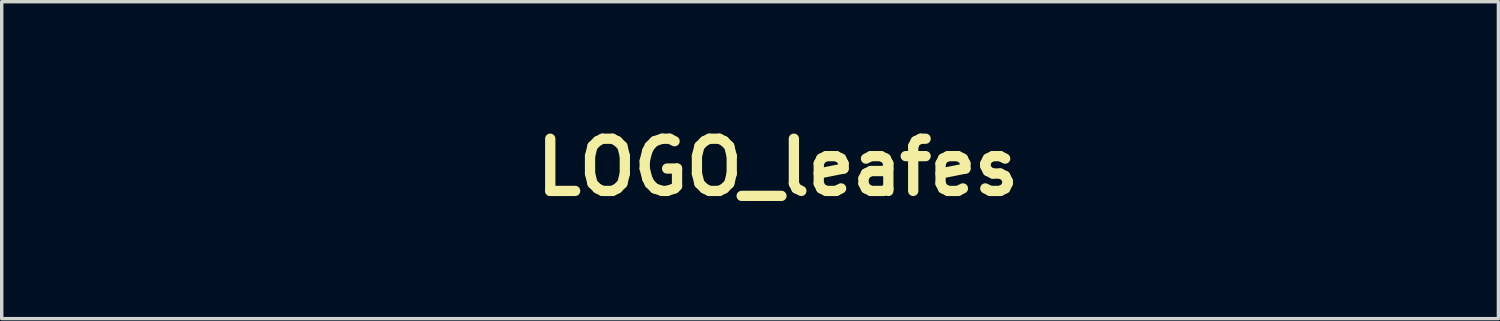
<source format=kicad_pcb>
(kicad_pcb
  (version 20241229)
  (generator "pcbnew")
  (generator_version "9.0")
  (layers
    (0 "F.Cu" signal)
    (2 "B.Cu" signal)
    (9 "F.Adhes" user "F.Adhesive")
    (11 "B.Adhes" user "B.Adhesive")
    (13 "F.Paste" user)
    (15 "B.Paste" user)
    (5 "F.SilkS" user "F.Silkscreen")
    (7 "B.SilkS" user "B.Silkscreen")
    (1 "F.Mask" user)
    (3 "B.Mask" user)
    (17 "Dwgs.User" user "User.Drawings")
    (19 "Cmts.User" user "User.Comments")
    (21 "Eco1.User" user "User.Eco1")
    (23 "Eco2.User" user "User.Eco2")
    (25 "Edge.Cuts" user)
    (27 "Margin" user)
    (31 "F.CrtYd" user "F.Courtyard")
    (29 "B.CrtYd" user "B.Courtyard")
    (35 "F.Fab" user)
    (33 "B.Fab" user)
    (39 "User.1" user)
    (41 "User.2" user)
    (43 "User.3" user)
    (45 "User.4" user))
  (footprint "LOGO_leafes"
    (layer "F.Cu")
    (at 19.654 1.834)
    (property "Reference" "LOGO_leafes" (at 0 0 0) (layer "F.SilkS") (effects (font (size 1.524 1.524) (thickness 0.3))))
    (attr board_only exclude_from_pos_files exclude_from_bom)
    (fp_poly (pts (xy -19.34 -1.833) (xy -19.23 -1.829) (xy -19.025 -1.817) (xy -18.873 -1.799) (xy -18.788 -1.776) (xy -18.776 -1.766) (xy -18.781 -1.713) (xy -18.81 -1.695) (xy -18.82 -1.666) (xy -18.749 -1.614) (xy -18.681 -1.579) (xy -18.545 -1.523) (xy -18.447 -1.511) (xy -18.38 -1.527) (xy -18.159 -1.568) (xy -17.931 -1.527) (xy -17.703 -1.41) (xy -17.484 -1.219) (xy -17.477 -1.212) (xy -17.276 -0.941) (xy -17.144 -0.639) (xy -17.088 -0.395) (xy -17.072 -0.178) (xy -17.084 0.073) (xy -17.119 0.321) (xy -17.175 0.529) (xy -17.185 0.557) (xy -17.24 0.69) (xy -17.355 0.515) (xy -17.489 0.352) (xy -17.661 0.224) (xy -17.886 0.12) (xy -18.144 0.04) (xy -18.441 -0.069) (xy -18.669 -0.215) (xy -18.825 -0.396) (xy -18.906 -0.606) (xy -18.909 -0.842) (xy -18.867 -1.008) (xy -18.821 -1.138) (xy -18.588 -1.058) (xy -18.426 -0.995) (xy -18.235 -0.909) (xy -18.073 -0.828) (xy -17.792 -0.679) (xy -18.023 -0.914) (xy -18.329 -1.184) (xy -18.661 -1.408) (xy -19.003 -1.574) (xy -19.336 -1.674) (xy -19.442 -1.691) (xy -19.582 -1.718) (xy -19.647 -1.758) (xy -19.654 -1.781) (xy -19.642 -1.81) (xy -19.595 -1.827) (xy -19.499 -1.834)) (stroke (width 0) (type solid)) (fill yes) (layer "F.Mask"))
    (fp_poly (pts (xy -16.753 -1.748) (xy -16.644 -1.745) (xy -16.438 -1.733) (xy -16.287 -1.714) (xy -16.201 -1.691) (xy -16.189 -1.681) (xy -16.195 -1.628) (xy -16.223 -1.61) (xy -16.233 -1.581) (xy -16.162 -1.529) (xy -16.095 -1.494) (xy -15.959 -1.438) (xy -15.86 -1.426) (xy -15.793 -1.443) (xy -15.573 -1.483) (xy -15.344 -1.443) (xy -15.116 -1.326) (xy -14.897 -1.134) (xy -14.891 -1.127) (xy -14.689 -0.857) (xy -14.557 -0.554) (xy -14.501 -0.31) (xy -14.485 -0.094) (xy -14.497 0.158) (xy -14.533 0.406) (xy -14.588 0.614) (xy -14.599 0.642) (xy -14.653 0.775) (xy -14.769 0.6) (xy -14.903 0.437) (xy -15.074 0.309) (xy -15.299 0.205) (xy -15.557 0.124) (xy -15.854 0.016) (xy -16.082 -0.13) (xy -16.238 -0.311) (xy -16.319 -0.521) (xy -16.322 -0.757) (xy -16.28 -0.923) (xy -16.235 -1.053) (xy -16.002 -0.973) (xy -15.84 -0.91) (xy -15.648 -0.824) (xy -15.487 -0.743) (xy -15.205 -0.594) (xy -15.437 -0.829) (xy -15.742 -1.1) (xy -16.074 -1.323) (xy -16.416 -1.489) (xy -16.75 -1.59) (xy -16.855 -1.607) (xy -16.996 -1.634) (xy -17.061 -1.673) (xy -17.068 -1.696) (xy -17.055 -1.725) (xy -17.008 -1.742) (xy -16.912 -1.75)) (stroke (width 0) (type solid)) (fill yes) (layer "F.Mask"))
    (fp_poly (pts (xy -14.421 -1.79) (xy -14.311 -1.787) (xy -14.106 -1.775) (xy -13.954 -1.756) (xy -13.869 -1.733) (xy -13.857 -1.723) (xy -13.862 -1.671) (xy -13.891 -1.653) (xy -13.901 -1.623) (xy -13.83 -1.572) (xy -13.763 -1.537) (xy -13.627 -1.48) (xy -13.528 -1.469) (xy -13.461 -1.485) (xy -13.241 -1.525) (xy -13.012 -1.485) (xy -12.784 -1.368) (xy -12.565 -1.177) (xy -12.558 -1.169) (xy -12.357 -0.899) (xy -12.225 -0.597) (xy -12.169 -0.353) (xy -12.153 -0.136) (xy -12.165 0.115) (xy -12.201 0.364) (xy -12.256 0.572) (xy -12.266 0.599) (xy -12.321 0.732) (xy -12.436 0.557) (xy -12.571 0.395) (xy -12.742 0.267) (xy -12.967 0.162) (xy -13.225 0.082) (xy -13.522 -0.026) (xy -13.75 -0.173) (xy -13.906 -0.353) (xy -13.987 -0.563) (xy -13.99 -0.799) (xy -13.948 -0.966) (xy -13.903 -1.096) (xy -13.669 -1.016) (xy -13.507 -0.952) (xy -13.316 -0.866) (xy -13.154 -0.786) (xy -12.873 -0.636) (xy -13.104 -0.872) (xy -13.41 -1.142) (xy -13.742 -1.365) (xy -14.084 -1.532) (xy -14.417 -1.632) (xy -14.523 -1.649) (xy -14.664 -1.676) (xy -14.728 -1.715) (xy -14.735 -1.739) (xy -14.723 -1.768) (xy -14.676 -1.785) (xy -14.58 -1.792)) (stroke (width 0) (type solid)) (fill yes) (layer "F.Mask"))
    (fp_poly (pts (xy -11.75 -1.79) (xy -11.64 -1.787) (xy -11.435 -1.775) (xy -11.283 -1.756) (xy -11.198 -1.733) (xy -11.186 -1.723) (xy -11.191 -1.671) (xy -11.219 -1.653) (xy -11.229 -1.623) (xy -11.158 -1.572) (xy -11.091 -1.537) (xy -10.955 -1.48) (xy -10.856 -1.469) (xy -10.79 -1.485) (xy -10.569 -1.525) (xy -10.341 -1.485) (xy -10.113 -1.368) (xy -9.894 -1.177) (xy -9.887 -1.169) (xy -9.685 -0.899) (xy -9.553 -0.597) (xy -9.497 -0.353) (xy -9.482 -0.136) (xy -9.494 0.115) (xy -9.529 0.364) (xy -9.584 0.572) (xy -9.595 0.599) (xy -9.649 0.732) (xy -9.765 0.557) (xy -9.899 0.395) (xy -10.07 0.267) (xy -10.295 0.162) (xy -10.554 0.082) (xy -10.851 -0.026) (xy -11.079 -0.173) (xy -11.235 -0.353) (xy -11.315 -0.563) (xy -11.318 -0.799) (xy -11.276 -0.966) (xy -11.231 -1.096) (xy -10.998 -1.016) (xy -10.836 -0.952) (xy -10.645 -0.866) (xy -10.483 -0.786) (xy -10.201 -0.636) (xy -10.433 -0.872) (xy -10.738 -1.142) (xy -11.071 -1.365) (xy -11.412 -1.532) (xy -11.746 -1.632) (xy -11.852 -1.649) (xy -11.992 -1.676) (xy -12.057 -1.715) (xy -12.064 -1.739) (xy -12.051 -1.768) (xy -12.004 -1.785) (xy -11.909 -1.792)) (stroke (width 0) (type solid)) (fill yes) (layer "F.Mask"))
    (fp_poly (pts (xy -9.248 -1.79) (xy -9.138 -1.787) (xy -8.933 -1.775) (xy -8.781 -1.756) (xy -8.696 -1.733) (xy -8.684 -1.723) (xy -8.689 -1.671) (xy -8.717 -1.653) (xy -8.727 -1.623) (xy -8.656 -1.572) (xy -8.589 -1.537) (xy -8.453 -1.48) (xy -8.355 -1.469) (xy -8.288 -1.485) (xy -8.067 -1.525) (xy -7.839 -1.485) (xy -7.611 -1.368) (xy -7.392 -1.177) (xy -7.385 -1.169) (xy -7.183 -0.899) (xy -7.052 -0.597) (xy -6.995 -0.353) (xy -6.98 -0.136) (xy -6.992 0.115) (xy -7.027 0.364) (xy -7.082 0.572) (xy -7.093 0.599) (xy -7.147 0.732) (xy -7.263 0.557) (xy -7.397 0.395) (xy -7.569 0.267) (xy -7.794 0.162) (xy -8.052 0.082) (xy -8.349 -0.026) (xy -8.577 -0.173) (xy -8.733 -0.353) (xy -8.814 -0.563) (xy -8.816 -0.799) (xy -8.775 -0.966) (xy -8.729 -1.096) (xy -8.496 -1.016) (xy -8.334 -0.952) (xy -8.143 -0.866) (xy -7.981 -0.786) (xy -7.699 -0.636) (xy -7.931 -0.872) (xy -8.236 -1.142) (xy -8.569 -1.365) (xy -8.91 -1.532) (xy -9.244 -1.632) (xy -9.35 -1.649) (xy -9.49 -1.676) (xy -9.555 -1.715) (xy -9.562 -1.739) (xy -9.55 -1.768) (xy -9.503 -1.785) (xy -9.407 -1.792)) (stroke (width 0) (type solid)) (fill yes) (layer "F.Mask"))
    (fp_poly (pts (xy -6.746 -1.79) (xy -6.636 -1.787) (xy -6.431 -1.775) (xy -6.279 -1.756) (xy -6.194 -1.733) (xy -6.182 -1.723) (xy -6.187 -1.671) (xy -6.216 -1.653) (xy -6.226 -1.623) (xy -6.155 -1.572) (xy -6.087 -1.537) (xy -5.951 -1.48) (xy -5.853 -1.469) (xy -5.786 -1.485) (xy -5.565 -1.525) (xy -5.337 -1.485) (xy -5.109 -1.368) (xy -4.89 -1.177) (xy -4.883 -1.169) (xy -4.682 -0.899) (xy -4.55 -0.597) (xy -4.494 -0.353) (xy -4.478 -0.136) (xy -4.49 0.115) (xy -4.525 0.364) (xy -4.581 0.572) (xy -4.591 0.599) (xy -4.646 0.732) (xy -4.761 0.557) (xy -4.895 0.395) (xy -5.067 0.267) (xy -5.292 0.162) (xy -5.55 0.082) (xy -5.847 -0.026) (xy -6.075 -0.173) (xy -6.231 -0.353) (xy -6.312 -0.563) (xy -6.315 -0.799) (xy -6.273 -0.966) (xy -6.227 -1.096) (xy -5.994 -1.016) (xy -5.832 -0.952) (xy -5.641 -0.866) (xy -5.479 -0.786) (xy -5.198 -0.636) (xy -5.429 -0.872) (xy -5.735 -1.142) (xy -6.067 -1.365) (xy -6.409 -1.532) (xy -6.742 -1.632) (xy -6.848 -1.649) (xy -6.988 -1.676) (xy -7.053 -1.715) (xy -7.06 -1.739) (xy -7.048 -1.768) (xy -7.001 -1.785) (xy -6.905 -1.792)) (stroke (width 0) (type solid)) (fill yes) (layer "F.Mask"))
    (fp_poly (pts (xy -4.244 -1.79) (xy -4.134 -1.787) (xy -3.929 -1.775) (xy -3.777 -1.756) (xy -3.692 -1.733) (xy -3.68 -1.723) (xy -3.685 -1.671) (xy -3.714 -1.653) (xy -3.724 -1.623) (xy -3.653 -1.572) (xy -3.586 -1.537) (xy -3.45 -1.48) (xy -3.351 -1.469) (xy -3.284 -1.485) (xy -3.064 -1.525) (xy -2.835 -1.485) (xy -2.607 -1.368) (xy -2.388 -1.177) (xy -2.381 -1.169) (xy -2.18 -0.899) (xy -2.048 -0.597) (xy -1.992 -0.353) (xy -1.976 -0.136) (xy -1.988 0.115) (xy -2.024 0.364) (xy -2.079 0.572) (xy -2.089 0.599) (xy -2.144 0.732) (xy -2.26 0.557) (xy -2.394 0.395) (xy -2.565 0.267) (xy -2.79 0.162) (xy -3.048 0.082) (xy -3.345 -0.026) (xy -3.573 -0.173) (xy -3.729 -0.353) (xy -3.81 -0.563) (xy -3.813 -0.799) (xy -3.771 -0.966) (xy -3.726 -1.096) (xy -3.492 -1.016) (xy -3.33 -0.952) (xy -3.139 -0.866) (xy -2.977 -0.786) (xy -2.696 -0.636) (xy -2.927 -0.872) (xy -3.233 -1.142) (xy -3.565 -1.365) (xy -3.907 -1.532) (xy -4.24 -1.632) (xy -4.346 -1.649) (xy -4.487 -1.676) (xy -4.552 -1.715) (xy -4.558 -1.739) (xy -4.546 -1.768) (xy -4.499 -1.785) (xy -4.403 -1.792)) (stroke (width 0) (type solid)) (fill yes) (layer "F.Mask"))
    (fp_poly (pts (xy -1.742 -1.79) (xy -1.633 -1.787) (xy -1.427 -1.775) (xy -1.276 -1.756) (xy -1.19 -1.733) (xy -1.178 -1.723) (xy -1.184 -1.671) (xy -1.212 -1.653) (xy -1.222 -1.623) (xy -1.151 -1.572) (xy -1.084 -1.537) (xy -0.948 -1.48) (xy -0.849 -1.469) (xy -0.782 -1.485) (xy -0.562 -1.525) (xy -0.333 -1.485) (xy -0.105 -1.368) (xy 0.114 -1.177) (xy 0.12 -1.169) (xy 0.322 -0.899) (xy 0.454 -0.597) (xy 0.51 -0.353) (xy 0.526 -0.136) (xy 0.514 0.115) (xy 0.478 0.364) (xy 0.423 0.572) (xy 0.412 0.599) (xy 0.358 0.732) (xy 0.242 0.557) (xy 0.108 0.395) (xy -0.063 0.267) (xy -0.288 0.162) (xy -0.546 0.082) (xy -0.843 -0.026) (xy -1.071 -0.173) (xy -1.227 -0.353) (xy -1.308 -0.563) (xy -1.311 -0.799) (xy -1.269 -0.966) (xy -1.224 -1.096) (xy -0.991 -1.016) (xy -0.829 -0.952) (xy -0.637 -0.866) (xy -0.476 -0.786) (xy -0.194 -0.636) (xy -0.426 -0.872) (xy -0.731 -1.142) (xy -1.063 -1.365) (xy -1.405 -1.532) (xy -1.739 -1.632) (xy -1.844 -1.649) (xy -1.985 -1.676) (xy -2.05 -1.715) (xy -2.057 -1.739) (xy -2.044 -1.768) (xy -1.997 -1.785) (xy -1.901 -1.792)) (stroke (width 0) (type solid)) (fill yes) (layer "F.Mask"))
    (fp_poly (pts (xy 0.759 -1.79) (xy 0.869 -1.787) (xy 1.074 -1.775) (xy 1.226 -1.756) (xy 1.311 -1.733) (xy 1.324 -1.723) (xy 1.318 -1.671) (xy 1.29 -1.653) (xy 1.28 -1.623) (xy 1.351 -1.572) (xy 1.418 -1.537) (xy 1.554 -1.48) (xy 1.653 -1.469) (xy 1.72 -1.485) (xy 1.94 -1.525) (xy 2.169 -1.485) (xy 2.397 -1.368) (xy 2.615 -1.177) (xy 2.622 -1.169) (xy 2.824 -0.899) (xy 2.956 -0.597) (xy 3.012 -0.353) (xy 3.027 -0.136) (xy 3.016 0.115) (xy 2.98 0.364) (xy 2.925 0.572) (xy 2.914 0.599) (xy 2.86 0.732) (xy 2.744 0.557) (xy 2.61 0.395) (xy 2.439 0.267) (xy 2.214 0.162) (xy 1.956 0.082) (xy 1.658 -0.026) (xy 1.43 -0.173) (xy 1.275 -0.353) (xy 1.194 -0.563) (xy 1.191 -0.799) (xy 1.233 -0.966) (xy 1.278 -1.096) (xy 1.511 -1.016) (xy 1.673 -0.952) (xy 1.865 -0.866) (xy 2.026 -0.786) (xy 2.308 -0.636) (xy 2.076 -0.872) (xy 1.771 -1.142) (xy 1.439 -1.365) (xy 1.097 -1.532) (xy 0.763 -1.632) (xy 0.657 -1.649) (xy 0.517 -1.676) (xy 0.452 -1.715) (xy 0.445 -1.739) (xy 0.458 -1.768) (xy 0.505 -1.785) (xy 0.601 -1.792)) (stroke (width 0) (type solid)) (fill yes) (layer "F.Mask"))
    (fp_poly (pts (xy 3.261 -1.79) (xy 3.371 -1.787) (xy 3.576 -1.775) (xy 3.728 -1.756) (xy 3.813 -1.733) (xy 3.825 -1.723) (xy 3.82 -1.671) (xy 3.792 -1.653) (xy 3.782 -1.623) (xy 3.853 -1.572) (xy 3.92 -1.537) (xy 4.056 -1.48) (xy 4.155 -1.469) (xy 4.221 -1.485) (xy 4.442 -1.525) (xy 4.67 -1.485) (xy 4.898 -1.368) (xy 5.117 -1.177) (xy 5.124 -1.169) (xy 5.326 -0.899) (xy 5.458 -0.597) (xy 5.514 -0.353) (xy 5.529 -0.136) (xy 5.517 0.115) (xy 5.482 0.364) (xy 5.427 0.572) (xy 5.416 0.599) (xy 5.362 0.732) (xy 5.246 0.557) (xy 5.112 0.395) (xy 4.941 0.267) (xy 4.716 0.162) (xy 4.458 0.082) (xy 4.16 -0.026) (xy 3.932 -0.173) (xy 3.776 -0.353) (xy 3.696 -0.563) (xy 3.693 -0.799) (xy 3.735 -0.966) (xy 3.78 -1.096) (xy 4.013 -1.016) (xy 4.175 -0.952) (xy 4.366 -0.866) (xy 4.528 -0.786) (xy 4.81 -0.636) (xy 4.578 -0.872) (xy 4.273 -1.142) (xy 3.941 -1.365) (xy 3.599 -1.532) (xy 3.265 -1.632) (xy 3.159 -1.649) (xy 3.019 -1.676) (xy 2.954 -1.715) (xy 2.947 -1.739) (xy 2.96 -1.768) (xy 3.007 -1.785) (xy 3.102 -1.792)) (stroke (width 0) (type solid)) (fill yes) (layer "F.Mask"))
    (fp_poly (pts (xy 5.763 -1.79) (xy 5.873 -1.787) (xy 6.078 -1.775) (xy 6.23 -1.756) (xy 6.315 -1.733) (xy 6.327 -1.723) (xy 6.322 -1.671) (xy 6.294 -1.653) (xy 6.284 -1.623) (xy 6.355 -1.572) (xy 6.422 -1.537) (xy 6.558 -1.48) (xy 6.656 -1.469) (xy 6.723 -1.485) (xy 6.944 -1.525) (xy 7.172 -1.485) (xy 7.4 -1.368) (xy 7.619 -1.177) (xy 7.626 -1.169) (xy 7.828 -0.899) (xy 7.959 -0.597) (xy 8.016 -0.353) (xy 8.031 -0.136) (xy 8.019 0.115) (xy 7.984 0.364) (xy 7.929 0.572) (xy 7.918 0.599) (xy 7.864 0.732) (xy 7.748 0.557) (xy 7.614 0.395) (xy 7.442 0.267) (xy 7.218 0.162) (xy 6.959 0.082) (xy 6.662 -0.026) (xy 6.434 -0.173) (xy 6.278 -0.353) (xy 6.197 -0.563) (xy 6.195 -0.799) (xy 6.236 -0.966) (xy 6.282 -1.096) (xy 6.515 -1.016) (xy 6.677 -0.952) (xy 6.868 -0.866) (xy 7.03 -0.786) (xy 7.312 -0.636) (xy 7.08 -0.872) (xy 6.775 -1.142) (xy 6.442 -1.365) (xy 6.101 -1.532) (xy 5.767 -1.632) (xy 5.661 -1.649) (xy 5.521 -1.676) (xy 5.456 -1.715) (xy 5.449 -1.739) (xy 5.461 -1.768) (xy 5.508 -1.785) (xy 5.604 -1.792)) (stroke (width 0) (type solid)) (fill yes) (layer "F.Mask"))
    (fp_poly (pts (xy 8.265 -1.79) (xy 8.375 -1.787) (xy 8.58 -1.775) (xy 8.732 -1.756) (xy 8.817 -1.733) (xy 8.829 -1.723) (xy 8.824 -1.671) (xy 8.795 -1.653) (xy 8.785 -1.623) (xy 8.856 -1.572) (xy 8.924 -1.537) (xy 9.06 -1.48) (xy 9.158 -1.469) (xy 9.225 -1.485) (xy 9.446 -1.525) (xy 9.674 -1.485) (xy 9.902 -1.368) (xy 10.121 -1.177) (xy 10.128 -1.169) (xy 10.329 -0.899) (xy 10.461 -0.597) (xy 10.517 -0.353) (xy 10.533 -0.136) (xy 10.521 0.115) (xy 10.486 0.364) (xy 10.43 0.572) (xy 10.42 0.599) (xy 10.365 0.732) (xy 10.25 0.557) (xy 10.116 0.395) (xy 9.944 0.267) (xy 9.719 0.162) (xy 9.461 0.082) (xy 9.164 -0.026) (xy 8.936 -0.173) (xy 8.78 -0.353) (xy 8.699 -0.563) (xy 8.696 -0.799) (xy 8.738 -0.966) (xy 8.784 -1.096) (xy 9.017 -1.016) (xy 9.179 -0.952) (xy 9.37 -0.866) (xy 9.532 -0.786) (xy 9.813 -0.636) (xy 9.582 -0.872) (xy 9.276 -1.142) (xy 8.944 -1.365) (xy 8.602 -1.532) (xy 8.269 -1.632) (xy 8.163 -1.649) (xy 8.023 -1.676) (xy 7.958 -1.715) (xy 7.951 -1.739) (xy 7.963 -1.768) (xy 8.01 -1.785) (xy 8.106 -1.792)) (stroke (width 0) (type solid)) (fill yes) (layer "F.Mask"))
    (fp_poly (pts (xy 10.767 -1.79) (xy 10.877 -1.787) (xy 11.082 -1.775) (xy 11.234 -1.756) (xy 11.319 -1.733) (xy 11.331 -1.723) (xy 11.326 -1.671) (xy 11.297 -1.653) (xy 11.287 -1.623) (xy 11.358 -1.572) (xy 11.425 -1.537) (xy 11.561 -1.48) (xy 11.66 -1.469) (xy 11.727 -1.485) (xy 11.947 -1.525) (xy 12.176 -1.485) (xy 12.404 -1.368) (xy 12.623 -1.177) (xy 12.63 -1.169) (xy 12.831 -0.899) (xy 12.963 -0.597) (xy 13.019 -0.353) (xy 13.035 -0.136) (xy 13.023 0.115) (xy 12.987 0.364) (xy 12.932 0.572) (xy 12.922 0.599) (xy 12.867 0.732) (xy 12.752 0.557) (xy 12.617 0.395) (xy 12.446 0.267) (xy 12.221 0.162) (xy 11.963 0.082) (xy 11.666 -0.026) (xy 11.438 -0.173) (xy 11.282 -0.353) (xy 11.201 -0.563) (xy 11.198 -0.799) (xy 11.24 -0.966) (xy 11.285 -1.096) (xy 11.519 -1.016) (xy 11.681 -0.952) (xy 11.872 -0.866) (xy 12.034 -0.786) (xy 12.315 -0.636) (xy 12.084 -0.872) (xy 11.778 -1.142) (xy 11.446 -1.365) (xy 11.104 -1.532) (xy 10.771 -1.632) (xy 10.665 -1.649) (xy 10.524 -1.676) (xy 10.46 -1.715) (xy 10.453 -1.739) (xy 10.465 -1.768) (xy 10.512 -1.785) (xy 10.608 -1.792)) (stroke (width 0) (type solid)) (fill yes) (layer "F.Mask"))
    (fp_poly (pts (xy 13.269 -1.79) (xy 13.378 -1.787) (xy 13.584 -1.775) (xy 13.735 -1.756) (xy 13.821 -1.733) (xy 13.833 -1.723) (xy 13.827 -1.671) (xy 13.799 -1.653) (xy 13.789 -1.623) (xy 13.86 -1.572) (xy 13.927 -1.537) (xy 14.063 -1.48) (xy 14.162 -1.469) (xy 14.229 -1.485) (xy 14.449 -1.525) (xy 14.678 -1.485) (xy 14.906 -1.368) (xy 15.125 -1.177) (xy 15.131 -1.169) (xy 15.333 -0.899) (xy 15.465 -0.597) (xy 15.521 -0.353) (xy 15.537 -0.136) (xy 15.525 0.115) (xy 15.489 0.364) (xy 15.434 0.572) (xy 15.423 0.599) (xy 15.369 0.732) (xy 15.253 0.557) (xy 15.119 0.395) (xy 14.948 0.267) (xy 14.723 0.162) (xy 14.465 0.082) (xy 14.168 -0.026) (xy 13.94 -0.173) (xy 13.784 -0.353) (xy 13.703 -0.563) (xy 13.7 -0.799) (xy 13.742 -0.966) (xy 13.787 -1.096) (xy 14.02 -1.016) (xy 14.182 -0.952) (xy 14.374 -0.866) (xy 14.535 -0.786) (xy 14.817 -0.636) (xy 14.585 -0.872) (xy 14.28 -1.142) (xy 13.948 -1.365) (xy 13.606 -1.532) (xy 13.272 -1.632) (xy 13.167 -1.649) (xy 13.026 -1.676) (xy 12.961 -1.715) (xy 12.954 -1.739) (xy 12.967 -1.768) (xy 13.014 -1.785) (xy 13.11 -1.792)) (stroke (width 0) (type solid)) (fill yes) (layer "F.Mask"))
    (fp_poly (pts (xy 15.77 -1.79) (xy 15.88 -1.787) (xy 16.085 -1.775) (xy 16.237 -1.756) (xy 16.322 -1.733) (xy 16.335 -1.723) (xy 16.329 -1.671) (xy 16.301 -1.653) (xy 16.291 -1.623) (xy 16.362 -1.572) (xy 16.429 -1.537) (xy 16.565 -1.48) (xy 16.664 -1.469) (xy 16.731 -1.485) (xy 16.951 -1.525) (xy 17.18 -1.485) (xy 17.408 -1.368) (xy 17.627 -1.177) (xy 17.633 -1.169) (xy 17.835 -0.899) (xy 17.967 -0.597) (xy 18.023 -0.353) (xy 18.038 -0.136) (xy 18.027 0.115) (xy 17.991 0.364) (xy 17.936 0.572) (xy 17.925 0.599) (xy 17.871 0.732) (xy 17.755 0.557) (xy 17.621 0.395) (xy 17.45 0.267) (xy 17.225 0.162) (xy 16.967 0.082) (xy 16.669 -0.026) (xy 16.441 -0.173) (xy 16.286 -0.353) (xy 16.205 -0.563) (xy 16.202 -0.799) (xy 16.244 -0.966) (xy 16.289 -1.096) (xy 16.522 -1.016) (xy 16.684 -0.952) (xy 16.876 -0.866) (xy 17.037 -0.786) (xy 17.319 -0.636) (xy 17.087 -0.872) (xy 16.782 -1.142) (xy 16.45 -1.365) (xy 16.108 -1.532) (xy 15.774 -1.632) (xy 15.668 -1.649) (xy 15.528 -1.676) (xy 15.463 -1.715) (xy 15.456 -1.739) (xy 15.469 -1.768) (xy 15.516 -1.785) (xy 15.612 -1.792)) (stroke (width 0) (type solid)) (fill yes) (layer "F.Mask")))
  (gr_rect
    (start -3 -3)
    (end 40.693 6.252)
    (stroke (width 0.1) (type default))
    (fill no)
    (layer "Edge.Cuts")))
</source>
